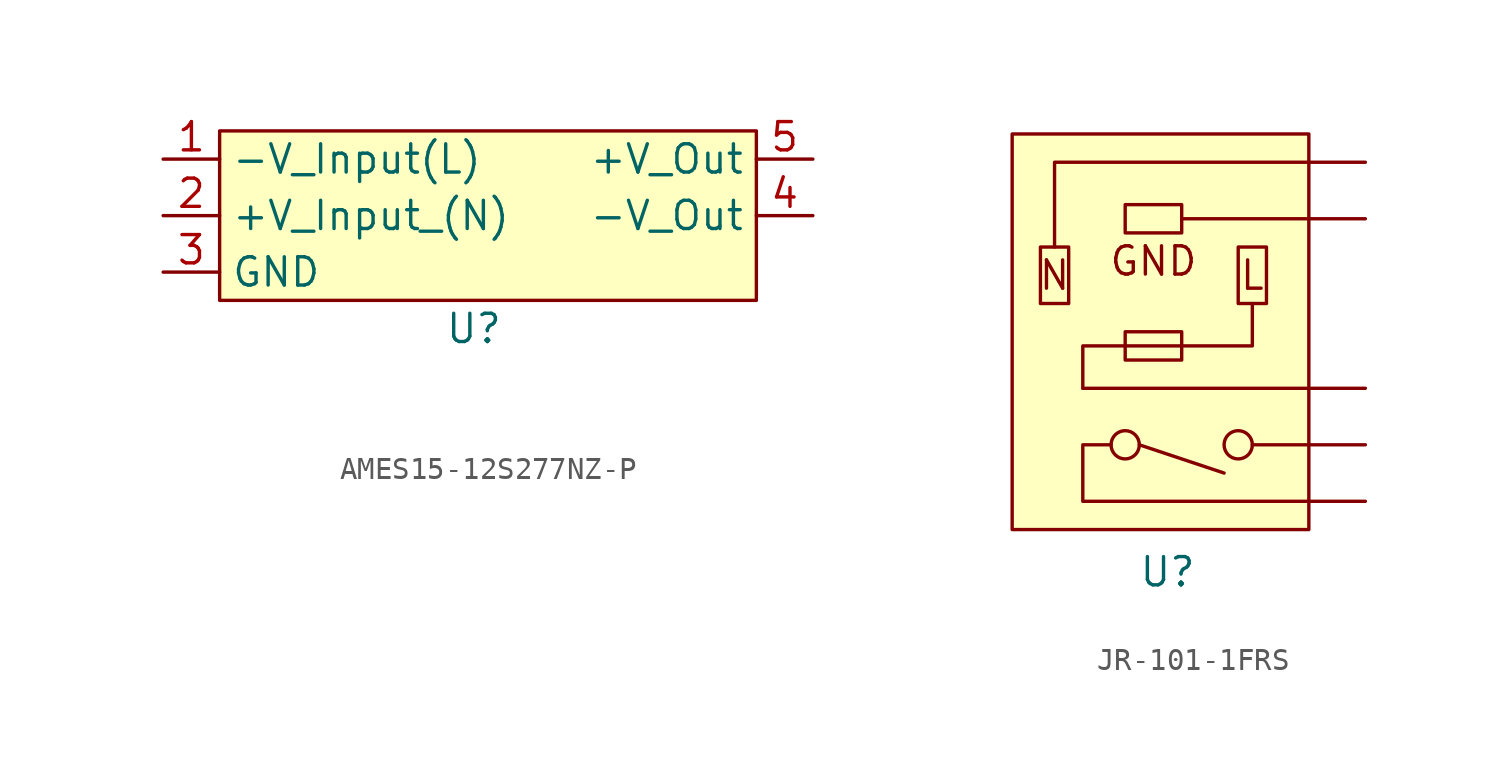
<source format=kicad_sym>
(kicad_symbol_lib
  (version 20220914)
  (generator kicad_symbol_editor)
  (symbol "AMES15-12S277NZ-P"
    (property "Reference" "U"
      (at 0 -5.08 0)
      (effects (font (size 1.27 1.27))))
    (property "Value" ""
      (at -5.08 -8.89 0)
      (effects (font (size 1.27 1.27))))
    (symbol "AMES15-12S277NZ-P_1_1"
      (rectangle (start -11.43 3.81) (end 12.7 -3.81) (stroke (width 0) (type default)) (fill (type background)))
      (pin input line (at -13.97 2.54 0) (length 2.54) (name "-V_Input(L)" (effects (font (size 1.27 1.27)))) (number "1" (effects (font (size 1.27 1.27)))))
      (pin input line (at -13.97 0 0) (length 2.54) (name "+V_Input_(N)" (effects (font (size 1.27 1.27)))) (number "2" (effects (font (size 1.27 1.27)))))
      (pin input line (at -13.97 -2.54 0) (length 2.54) (name "GND" (effects (font (size 1.27 1.27)))) (number "3" (effects (font (size 1.27 1.27)))))
      (pin input line (at 15.24 0 180) (length 2.54) (name "-V_Out" (effects (font (size 1.27 1.27)))) (number "4" (effects (font (size 1.27 1.27)))))
      (pin input line (at 15.24 2.54 180) (length 2.54) (name "+V_Out" (effects (font (size 1.27 1.27)))) (number "5" (effects (font (size 1.27 1.27)))))))
  (symbol "JR-101-1FRS"
    (property "Reference" "U"
      (at 0 -10.795 0)
      (effects (font (size 1.27 1.27))))
    (property "Value" ""
      (at 0 0 0)
      (effects (font (size 1.27 1.27))))
    (symbol "JR-101-1FRS_1_1"
      (rectangle (start -6.985 8.89) (end 6.35 -8.89) (stroke (width 0) (type default)) (fill (type background)))
      (rectangle (start -5.715 3.81) (end -4.445 1.27) (stroke (width 0) (type default)) (fill (type none)))
      (circle (center -1.905 -5.08) (radius 0.635) (stroke (width 0) (type default)) (fill (type none)))
      (rectangle (start -1.905 5.715) (end 0.635 4.445) (stroke (width 0) (type default)) (fill (type none)))
      (polyline (pts (xy -3.81 -2.54) (xy 6.35 -2.54)) (stroke (width 0) (type default)) (fill (type none)))
      (polyline (pts (xy -1.27 -5.08) (xy 2.54 -6.35)) (stroke (width 0) (type default)) (fill (type none)))
      (polyline (pts (xy 0.635 5.08) (xy 6.35 5.08)) (stroke (width 0) (type default)) (fill (type none)))
      (polyline (pts (xy 6.35 -5.08) (xy 3.81 -5.08)) (stroke (width 0) (type default)) (fill (type none)))
      (polyline (pts (xy -5.08 3.81) (xy -5.08 7.62) (xy 6.35 7.62)) (stroke (width 0) (type default)) (fill (type none)))
      (polyline (pts (xy -2.54 -5.08) (xy -3.81 -5.08) (xy -3.81 -7.62) (xy 6.35 -7.62)) (stroke (width 0) (type default)) (fill (type none)))
      (polyline (pts (xy -1.905 0) (xy -1.905 -1.27) (xy 0.635 -1.27) (xy 0.635 0) (xy -1.905 0)) (stroke (width 0) (type default)) (fill (type none)))
      (polyline (pts (xy 3.81 1.27) (xy 3.81 0) (xy 3.81 -0.635) (xy -3.81 -0.635) (xy -3.81 -2.54)) (stroke (width 0) (type default)) (fill (type none)))
      (circle (center 3.175 -5.08) (radius 0.635) (stroke (width 0) (type default)) (fill (type none)))
      (rectangle (start 3.175 3.81) (end 4.445 1.27) (stroke (width 0) (type default)) (fill (type none)))
      (text "GND" (at -0.635 3.175 0) (effects (font (size 1.27 1.27))))
      (text "L" (at 3.81 2.54 0) (effects (font (size 1.27 1.27))))
      (text "N" (at -5.08 2.54 0) (effects (font (size 1.27 1.27))))
      (pin output line (at 8.89 -7.62 180) (length 2.54) (name "" (effects (font (size 1.27 1.27)))) (number "" (effects (font (size 1.27 1.27)))))
      (pin output line (at 8.89 -5.08 180) (length 2.54) (name "" (effects (font (size 1.27 1.27)))) (number "" (effects (font (size 1.27 1.27)))))
      (pin output line (at 8.89 -2.54 180) (length 2.54) (name "" (effects (font (size 1.27 1.27)))) (number "" (effects (font (size 1.27 1.27)))))
      (pin output line (at 8.89 5.08 180) (length 2.54) (name "" (effects (font (size 1.27 1.27)))) (number "" (effects (font (size 1.27 1.27)))))
      (pin output line (at 8.89 7.62 180) (length 2.54) (name "" (effects (font (size 1.27 1.27)))) (number "" (effects (font (size 1.27 1.27))))))))
</source>
